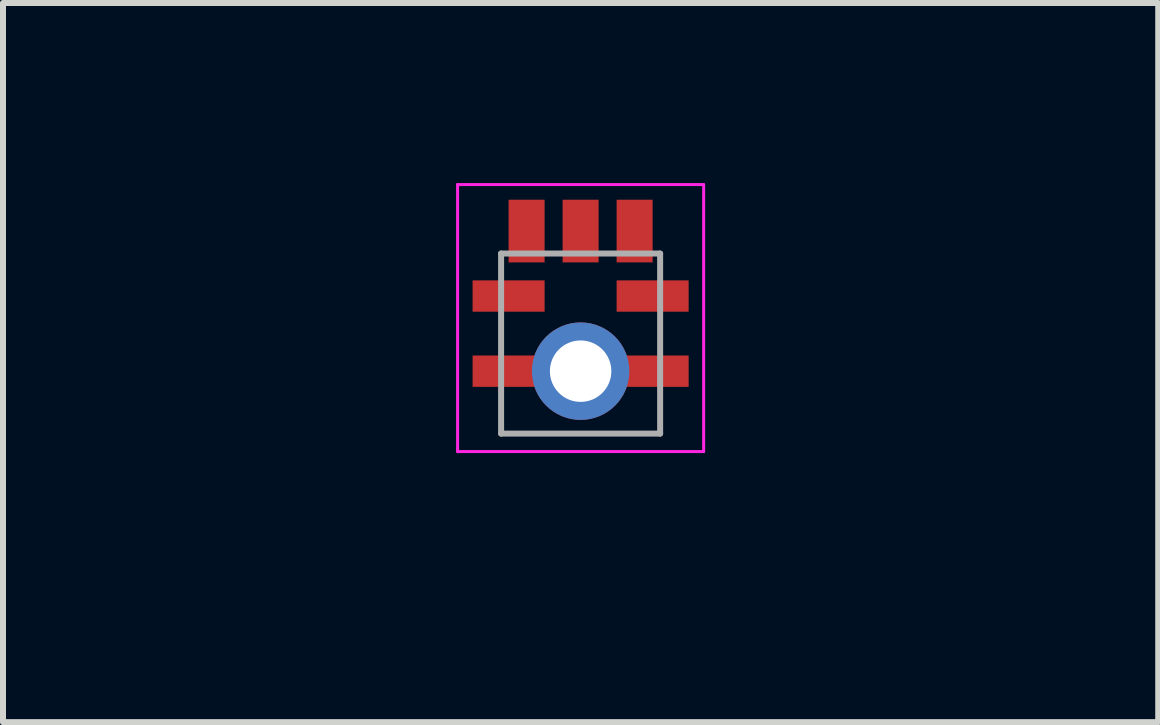
<source format=kicad_pcb>
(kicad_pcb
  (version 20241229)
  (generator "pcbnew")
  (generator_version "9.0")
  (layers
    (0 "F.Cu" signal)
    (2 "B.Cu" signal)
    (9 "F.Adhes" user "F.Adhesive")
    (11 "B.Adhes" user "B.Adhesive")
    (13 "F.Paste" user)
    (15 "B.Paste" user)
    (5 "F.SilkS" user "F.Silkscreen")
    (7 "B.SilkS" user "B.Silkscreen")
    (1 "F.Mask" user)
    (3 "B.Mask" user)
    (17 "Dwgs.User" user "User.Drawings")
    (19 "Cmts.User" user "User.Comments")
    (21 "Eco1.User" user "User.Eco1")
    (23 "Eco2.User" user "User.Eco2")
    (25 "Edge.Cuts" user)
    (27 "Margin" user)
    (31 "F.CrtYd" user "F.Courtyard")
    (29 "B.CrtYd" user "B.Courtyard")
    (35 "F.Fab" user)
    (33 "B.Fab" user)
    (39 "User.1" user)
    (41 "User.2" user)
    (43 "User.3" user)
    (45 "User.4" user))
  (footprint "SPH0645LM4H-B"
    (layer "F.Cu")
    (at 6.625 3.135)
    (property "Reference" "SPH0645LM4H-B" (at 0 2 0) (layer "F.Mask") (effects (font (size 1 1) (thickness 0.15))))
    (attr smd)
    (fp_line (start -2.05 -3.11) (end -2.05 1.34) (stroke (width 0.05) (type solid)) (layer "F.CrtYd"))
    (fp_line (start -2.05 -3.11) (end 2.05 -3.11) (stroke (width 0.05) (type solid)) (layer "F.CrtYd"))
    (fp_line (start -2.05 1.34) (end 2.05 1.34) (stroke (width 0.05) (type solid)) (layer "F.CrtYd"))
    (fp_line (start 2.05 -3.11) (end 2.05 1.34) (stroke (width 0.05) (type solid)) (layer "F.CrtYd"))
    (fp_line (start -1.325 -1.96) (end -1.325 1.04) (stroke (width 0.1) (type solid)) (layer "F.Fab"))
    (fp_line (start -1.325 -1.96) (end 1.325 -1.96) (stroke (width 0.1) (type solid)) (layer "F.Fab"))
    (fp_line (start -1.325 1.04) (end 1.325 1.04) (stroke (width 0.1) (type solid)) (layer "F.Fab"))
    (fp_line (start 1.325 -1.96) (end 1.325 1.04) (stroke (width 0.1) (type solid)) (layer "F.Fab"))
    (pad "BCLK" smd rect (at 1.2 -1.252) (size 1.2 0.522) (layers "F.Cu" "F.Mask" "F.Paste"))
    (pad "DATA" smd rect (at 0 -2.335) (size 0.6 1.044) (layers "F.Cu" "F.Mask" "F.Paste"))
    (pad "GND" smd rect (at -1.2 0) (size 1.2 0.522) (layers "F.Cu" "F.Mask" "F.Paste"))
    (pad "GND" thru_hole circle (at 0 0) (size 1.624 1.624) (drill 1.024) (layers "*.Cu" "*.Mask"))
    (pad "GND" smd rect (at 1.2 0) (size 1.2 0.522) (layers "F.Cu" "F.Mask" "F.Paste"))
    (pad "SEL" smd rect (at -1.2 -1.252) (size 1.2 0.522) (layers "F.Cu" "F.Mask" "F.Paste"))
    (pad "VDD" smd rect (at 0.9 -2.335) (size 0.6 1.044) (layers "F.Cu" "F.Mask" "F.Paste"))
    (pad "WS" smd rect (at -0.9 -2.335) (size 0.6 1.044) (layers "F.Cu" "F.Mask" "F.Paste")))
  (gr_rect
    (start -3 -3)
    (end 16.25 8.983)
    (stroke (width 0.1) (type default))
    (fill no)
    (layer "Edge.Cuts")))
</source>
